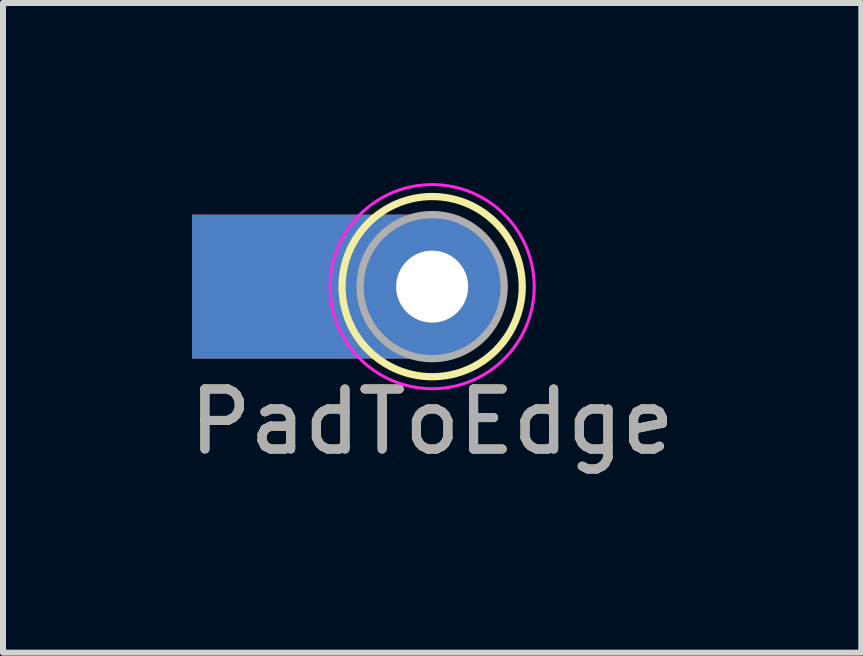
<source format=kicad_pcb>
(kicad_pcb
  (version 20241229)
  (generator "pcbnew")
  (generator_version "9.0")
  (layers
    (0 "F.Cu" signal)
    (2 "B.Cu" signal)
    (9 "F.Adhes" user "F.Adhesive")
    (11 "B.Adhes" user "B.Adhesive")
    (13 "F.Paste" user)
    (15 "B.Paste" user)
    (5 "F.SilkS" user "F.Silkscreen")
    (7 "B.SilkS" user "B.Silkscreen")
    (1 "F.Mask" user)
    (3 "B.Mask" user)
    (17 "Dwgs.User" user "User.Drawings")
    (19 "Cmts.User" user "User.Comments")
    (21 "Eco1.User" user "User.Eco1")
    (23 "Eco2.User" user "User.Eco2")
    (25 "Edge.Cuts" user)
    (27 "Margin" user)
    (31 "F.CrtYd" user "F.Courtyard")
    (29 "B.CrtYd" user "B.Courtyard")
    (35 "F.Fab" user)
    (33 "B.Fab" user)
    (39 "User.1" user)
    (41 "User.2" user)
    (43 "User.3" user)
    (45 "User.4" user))
  (footprint "PadToEdge"
    (layer "F.Cu")
    (at 4.149 1.725)
    (property "Reference" "PadToEdge" (at 0 2.25 0) (layer "F.SilkS") (effects (font (size 1 1) (thickness 0.15))))
    (attr through_hole)
    (fp_circle (center 0 0) (end 1.5 0.05) (stroke (width 0.12) (type solid)) (fill no) (layer "F.SilkS"))
    (fp_circle (center 0 0) (end 1.7 0) (stroke (width 0.05) (type solid)) (fill no) (layer "F.CrtYd"))
    (fp_circle (center 0 0) (end 0.5 0) (stroke (width 0.12) (type solid)) (fill no) (layer "F.Fab"))
    (fp_circle (center 0 0) (end 1.2 0) (stroke (width 0.12) (type solid)) (fill no) (layer "F.Fab"))
    (fp_text user "${REFERENCE}" (at 0 2.25 0) (layer "F.Fab") (effects (font (size 1 1) (thickness 0.15))))
    (pad "1" thru_hole custom (at 0 0) (size 2.4 2.4) (drill 1.2) (layers "*.Cu" "*.Mask") (options (anchor circle)) (primitives (gr_poly (pts (xy -4 -1.2) (xy -4 1.2) (xy 0 1.2) (xy 0 -1.2)) (width 0) (fill yes)))))
  (gr_rect
    (start -3 -3)
    (end 11.298 7.823)
    (stroke (width 0.1) (type default))
    (fill no)
    (layer "Edge.Cuts")))
</source>
